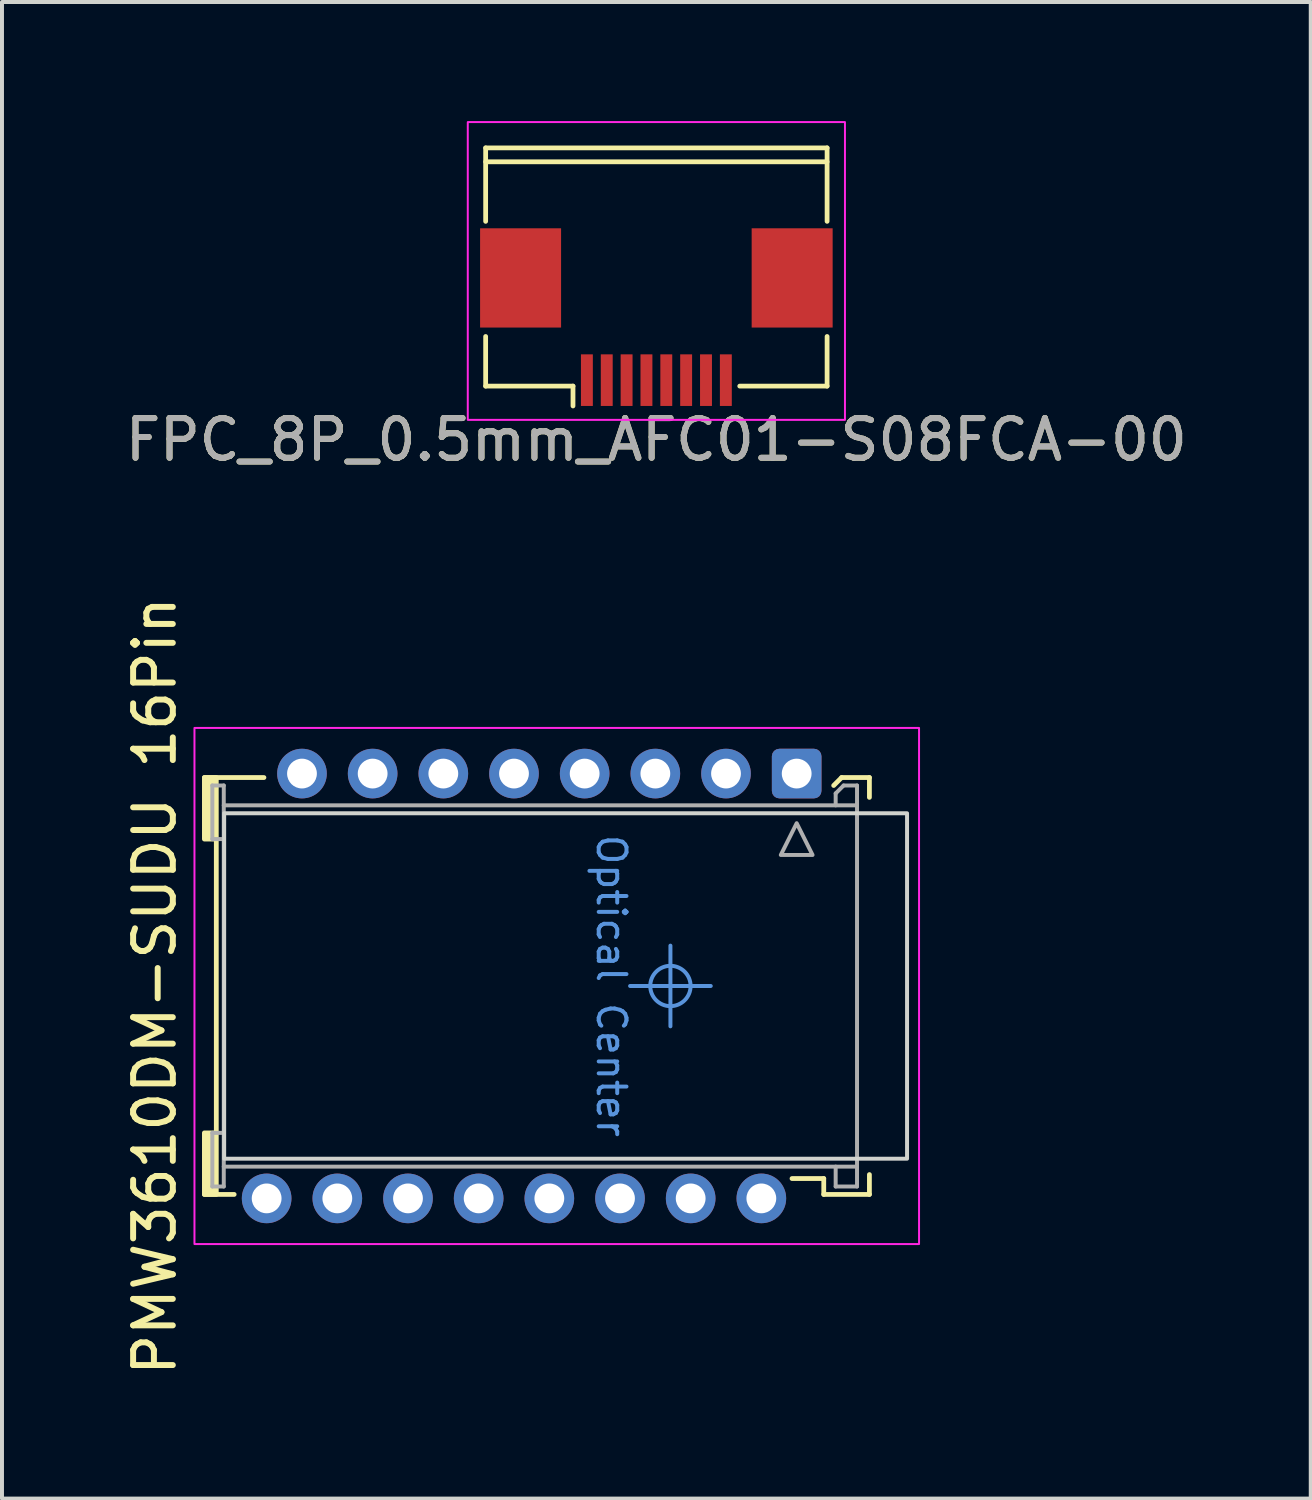
<source format=kicad_pcb>
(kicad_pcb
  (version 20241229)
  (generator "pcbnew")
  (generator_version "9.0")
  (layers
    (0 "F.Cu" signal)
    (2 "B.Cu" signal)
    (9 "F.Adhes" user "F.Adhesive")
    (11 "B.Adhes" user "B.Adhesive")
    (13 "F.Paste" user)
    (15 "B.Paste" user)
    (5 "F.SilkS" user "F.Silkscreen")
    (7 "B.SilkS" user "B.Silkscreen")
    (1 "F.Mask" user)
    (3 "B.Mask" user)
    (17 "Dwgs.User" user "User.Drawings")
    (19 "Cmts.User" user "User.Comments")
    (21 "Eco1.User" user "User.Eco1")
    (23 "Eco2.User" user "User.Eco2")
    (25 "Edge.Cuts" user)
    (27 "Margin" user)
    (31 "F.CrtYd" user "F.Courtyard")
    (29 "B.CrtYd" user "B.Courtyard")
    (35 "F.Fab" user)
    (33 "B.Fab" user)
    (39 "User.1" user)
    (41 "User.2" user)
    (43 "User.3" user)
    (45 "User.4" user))
  (footprint "FPC_8P_0.5mm_AFC01-S08FCA-00"
    (layer "F.Cu")
    (at 13.482 3.525)
    (property "Reference" "FPC_8P_0.5mm_AFC01-S08FCA-00" (at 0 4.5 0) (unlocked yes) (layer "F.SilkS") (effects (font (size 1 1) (thickness 0.15))))
    (attr smd)
    (fp_line (start -4.3 -2.85) (end -4.3 -1) (stroke (width 0.12) (type solid)) (layer "F.SilkS"))
    (fp_line (start -4.3 -2.85) (end 4.3 -2.85) (stroke (width 0.12) (type solid)) (layer "F.SilkS"))
    (fp_line (start -4.3 1.9) (end -4.3 3.15) (stroke (width 0.12) (type solid)) (layer "F.SilkS"))
    (fp_line (start -4.3 3.15) (end -2.1 3.15) (stroke (width 0.12) (type solid)) (layer "F.SilkS"))
    (fp_line (start -2.1 3.15) (end -2.1 3.65) (stroke (width 0.12) (type solid)) (layer "F.SilkS"))
    (fp_line (start 4.3 -2.85) (end 4.3 -1) (stroke (width 0.12) (type solid)) (layer "F.SilkS"))
    (fp_line (start 4.3 -2.5) (end -4.3 -2.5) (stroke (width 0.12) (type solid)) (layer "F.SilkS"))
    (fp_line (start 4.3 1.9) (end 4.3 3.15) (stroke (width 0.12) (type solid)) (layer "F.SilkS"))
    (fp_line (start 4.3 3.15) (end 2.1 3.15) (stroke (width 0.12) (type solid)) (layer "F.SilkS"))
    (fp_rect (start -4.75 -3.5) (end 4.75 4) (stroke (width 0.05) (type solid)) (fill no) (layer "F.CrtYd"))
    (fp_text user "${REFERENCE}" (at 0 4.5 0) (unlocked yes) (layer "F.Fab") (effects (font (size 1 1) (thickness 0.15))))
    (pad "1" smd rect (at -1.75 3) (size 0.3 1.3) (layers "F.Cu" "F.Mask" "F.Paste"))
    (pad "2" smd rect (at -1.25 3) (size 0.3 1.3) (layers "F.Cu" "F.Mask" "F.Paste"))
    (pad "3" smd rect (at -0.75 3) (size 0.3 1.3) (layers "F.Cu" "F.Mask" "F.Paste"))
    (pad "4" smd rect (at -0.25 3) (size 0.3 1.3) (layers "F.Cu" "F.Mask" "F.Paste"))
    (pad "5" smd rect (at 0.25 3) (size 0.3 1.3) (layers "F.Cu" "F.Mask" "F.Paste"))
    (pad "6" smd rect (at 0.75 3) (size 0.3 1.3) (layers "F.Cu" "F.Mask" "F.Paste"))
    (pad "7" smd rect (at 1.25 3) (size 0.3 1.3) (layers "F.Cu" "F.Mask" "F.Paste"))
    (pad "8" smd rect (at 1.75 3) (size 0.3 1.3) (layers "F.Cu" "F.Mask" "F.Paste"))
    (pad "EP" smd rect (at -3.42 0.425) (size 2.04 2.5) (layers "F.Cu" "F.Mask" "F.Paste"))
    (pad "EP" smd rect (at 3.42 0.425) (size 2.04 2.5) (layers "F.Cu" "F.Mask" "F.Paste")))
  (footprint "PMW3610DM-SUDU 16Pin"
    (layer "F.Cu")
    (at 10.848 21.784)
    (property "Reference" "PMW3610DM-SUDU 16Pin" (at -10 0 270) (layer "F.SilkS") (effects (font (size 1 1) (thickness 0.15))))
    (attr through_hole)
    (fp_line (start -8.45 -3.7) (end -8.45 3.7) (stroke (width 0.12) (type solid)) (layer "F.SilkS"))
    (fp_line (start -8 5.25) (end -8.75 5.25) (stroke (width 0.12) (type solid)) (layer "F.SilkS"))
    (fp_line (start -7.25 -5.25) (end -8.75 -5.25) (stroke (width 0.12) (type solid)) (layer "F.SilkS"))
    (fp_line (start 6.85 4.85) (end 6.05 4.85) (stroke (width 0.12) (type solid)) (layer "F.SilkS"))
    (fp_line (start 6.85 5.25) (end 6.85 4.85) (stroke (width 0.12) (type solid)) (layer "F.SilkS"))
    (fp_line (start 7.3 -5.25) (end 7.1 -5.05) (stroke (width 0.12) (type solid)) (layer "F.SilkS"))
    (fp_line (start 8 -5.25) (end 7.3 -5.25) (stroke (width 0.12) (type solid)) (layer "F.SilkS"))
    (fp_line (start 8 -5.25) (end 8 -4.75) (stroke (width 0.12) (type solid)) (layer "F.SilkS"))
    (fp_line (start 8 5.25) (end 6.85 5.25) (stroke (width 0.12) (type solid)) (layer "F.SilkS"))
    (fp_line (start 8 5.25) (end 8 4.75) (stroke (width 0.12) (type solid)) (layer "F.SilkS"))
    (fp_rect (start -8.75 -5.25) (end -8.45 -3.7) (stroke (width 0.12) (type solid)) (fill yes) (layer "F.SilkS"))
    (fp_rect (start -8.75 3.7) (end -8.45 5.25) (stroke (width 0.12) (type solid)) (fill yes) (layer "F.SilkS"))
    (fp_line (start 2.988 1.016) (end 2.988 -1.016) (stroke (width 0.1) (type solid)) (layer "Cmts.User"))
    (fp_line (start 4.004 0) (end 1.972 0) (stroke (width 0.1) (type solid)) (layer "Cmts.User"))
    (fp_circle (center 2.988 0) (end 2.48 0) (stroke (width 0.1) (type solid)) (fill no) (layer "Cmts.User"))
    (fp_rect (start -8.252 -4.35) (end 8.948 4.35) (stroke (width 0.1) (type solid)) (fill no) (layer "Edge.Cuts"))
    (fp_rect (start -9 6.5) (end 9.25 -6.5) (stroke (width 0.05) (type default)) (fill no) (layer "F.CrtYd"))
    (fp_line (start -8.55 -5.05) (end -8.55 -3.7) (stroke (width 0.1) (type default)) (layer "F.Fab"))
    (fp_line (start -8.55 5.05) (end -8.55 3.7) (stroke (width 0.1) (type default)) (layer "F.Fab"))
    (fp_line (start -8.262 -5.05) (end -8.55 -5.05) (stroke (width 0.1) (type default)) (layer "F.Fab"))
    (fp_line (start -8.262 -5.05) (end -8.262 -4.55) (stroke (width 0.1) (type default)) (layer "F.Fab"))
    (fp_line (start -8.262 -3.7) (end -8.55 -3.7) (stroke (width 0.1) (type default)) (layer "F.Fab"))
    (fp_line (start -8.262 3.7) (end -8.55 3.7) (stroke (width 0.1) (type default)) (layer "F.Fab"))
    (fp_line (start -8.262 5.05) (end -8.55 5.05) (stroke (width 0.1) (type default)) (layer "F.Fab"))
    (fp_line (start -8.262 5.05) (end -8.262 4.55) (stroke (width 0.1) (type default)) (layer "F.Fab"))
    (fp_line (start 7.15 -4.55) (end 7.15 -4.85) (stroke (width 0.1) (type default)) (layer "F.Fab"))
    (fp_line (start 7.15 4.55) (end 7.15 5.05) (stroke (width 0.1) (type default)) (layer "F.Fab"))
    (fp_line (start 7.35 -5.05) (end 7.15 -4.85) (stroke (width 0.1) (type default)) (layer "F.Fab"))
    (fp_line (start 7.688 -5.05) (end 7.35 -5.05) (stroke (width 0.1) (type default)) (layer "F.Fab"))
    (fp_line (start 7.688 -5.05) (end 7.688 -4.55) (stroke (width 0.1) (type default)) (layer "F.Fab"))
    (fp_line (start 7.688 4.55) (end 7.688 5.05) (stroke (width 0.1) (type default)) (layer "F.Fab"))
    (fp_line (start 7.688 5.05) (end 7.15 5.05) (stroke (width 0.1) (type default)) (layer "F.Fab"))
    (fp_rect (start -8.262 -4.55) (end 7.688 4.55) (stroke (width 0.1) (type default)) (fill no) (layer "F.Fab"))
    (fp_poly (pts (xy 6.168 -4.1) (xy 5.768 -3.3) (xy 6.568 -3.3)) (stroke (width 0.1) (type solid)) (fill no) (layer "F.Fab"))
    (fp_text user "Optical Center" (at 1.5 0 270) (unlocked yes) (layer "Cmts.User") (effects (font (size 0.7 0.7) (thickness 0.1))))
    (pad "1" thru_hole roundrect (at 6.168 -5.35 180) (size 1.25 1.25) (drill 0.75) (layers "*.Cu" "*.Mask") (roundrect_rratio 0.15))
    (pad "2" thru_hole oval (at 4.388 -5.35 180) (size 1.25 1.25) (drill 0.75) (layers "*.Cu" "*.Mask"))
    (pad "3" thru_hole oval (at 2.608 -5.35 180) (size 1.25 1.25) (drill 0.75) (layers "*.Cu" "*.Mask"))
    (pad "4" thru_hole oval (at 0.828 -5.35 180) (size 1.25 1.25) (drill 0.75) (layers "*.Cu" "*.Mask"))
    (pad "5" thru_hole oval (at -0.952 -5.35 180) (size 1.25 1.25) (drill 0.75) (layers "*.Cu" "*.Mask"))
    (pad "6" thru_hole oval (at -2.732 -5.35 180) (size 1.25 1.25) (drill 0.75) (layers "*.Cu" "*.Mask"))
    (pad "7" thru_hole oval (at -4.512 -5.35 180) (size 1.25 1.25) (drill 0.75) (layers "*.Cu" "*.Mask"))
    (pad "8" thru_hole oval (at -6.292 -5.35 180) (size 1.25 1.25) (drill 0.75) (layers "*.Cu" "*.Mask"))
    (pad "9" thru_hole oval (at -7.182 5.35 180) (size 1.25 1.25) (drill 0.75) (layers "*.Cu" "*.Mask"))
    (pad "10" thru_hole oval (at -5.402 5.35 180) (size 1.25 1.25) (drill 0.75) (layers "*.Cu" "*.Mask"))
    (pad "11" thru_hole oval (at -3.622 5.35 180) (size 1.25 1.25) (drill 0.75) (layers "*.Cu" "*.Mask"))
    (pad "12" thru_hole oval (at -1.842 5.35 180) (size 1.25 1.25) (drill 0.75) (layers "*.Cu" "*.Mask"))
    (pad "13" thru_hole oval (at -0.062 5.35 180) (size 1.25 1.25) (drill 0.75) (layers "*.Cu" "*.Mask"))
    (pad "14" thru_hole oval (at 1.718 5.35 180) (size 1.25 1.25) (drill 0.75) (layers "*.Cu" "*.Mask"))
    (pad "15" thru_hole oval (at 3.498 5.35 180) (size 1.25 1.25) (drill 0.75) (layers "*.Cu" "*.Mask"))
    (pad "16" thru_hole oval (at 5.278 5.35 180) (size 1.25 1.25) (drill 0.75) (layers "*.Cu" "*.Mask")))
  (gr_rect
    (start -3 -3)
    (end 29.964 34.695)
    (stroke (width 0.1) (type default))
    (fill no)
    (layer "Edge.Cuts")))
</source>
